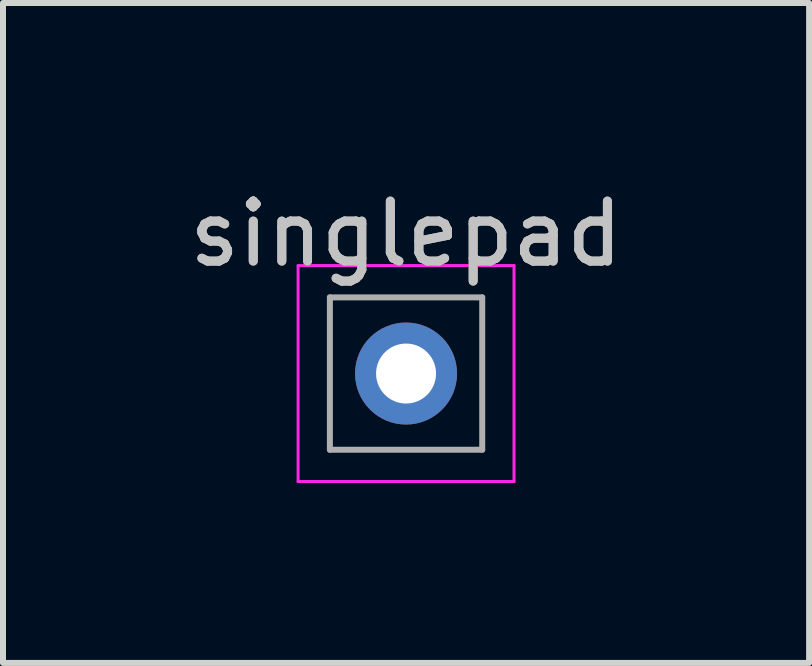
<source format=kicad_pcb>
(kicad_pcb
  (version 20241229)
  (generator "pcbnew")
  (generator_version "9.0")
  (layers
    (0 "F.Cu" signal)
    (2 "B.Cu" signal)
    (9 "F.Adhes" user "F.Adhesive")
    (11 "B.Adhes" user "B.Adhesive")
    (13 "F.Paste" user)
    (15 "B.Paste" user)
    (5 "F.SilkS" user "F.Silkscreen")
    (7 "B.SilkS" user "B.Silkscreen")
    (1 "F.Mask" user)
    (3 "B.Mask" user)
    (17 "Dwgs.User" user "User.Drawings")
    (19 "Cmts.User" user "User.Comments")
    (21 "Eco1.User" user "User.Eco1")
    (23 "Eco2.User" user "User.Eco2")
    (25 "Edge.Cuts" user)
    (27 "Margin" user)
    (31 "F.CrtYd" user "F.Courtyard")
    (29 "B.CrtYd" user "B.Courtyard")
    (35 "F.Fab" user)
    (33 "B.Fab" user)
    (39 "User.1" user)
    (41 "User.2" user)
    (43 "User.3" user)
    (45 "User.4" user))
  (footprint "singlepad"
    (layer "F.Cu")
    (at 3.72 3.178)
    (property "Reference" "singlepad" (at 0 -2.33 0) (layer "Dwgs.User") (effects (font (size 1 1) (thickness 0.15))))
    (attr through_hole)
    (fp_line (start -1.8 -1.8) (end -1.8 1.8) (stroke (width 0.05) (type solid)) (layer "F.CrtYd"))
    (fp_line (start -1.8 1.8) (end 1.8 1.8) (stroke (width 0.05) (type solid)) (layer "F.CrtYd"))
    (fp_line (start 1.8 -1.8) (end -1.8 -1.8) (stroke (width 0.05) (type solid)) (layer "F.CrtYd"))
    (fp_line (start 1.8 1.8) (end 1.8 -1.8) (stroke (width 0.05) (type solid)) (layer "F.CrtYd"))
    (fp_line (start -1.27 -1.27) (end -1.27 1.27) (stroke (width 0.1) (type solid)) (layer "F.Fab"))
    (fp_line (start -1.27 1.27) (end 1.27 1.27) (stroke (width 0.1) (type solid)) (layer "F.Fab"))
    (fp_line (start 1.27 -1.27) (end -1.27 -1.27) (stroke (width 0.1) (type solid)) (layer "F.Fab"))
    (fp_line (start 1.27 1.27) (end 1.27 -1.27) (stroke (width 0.1) (type solid)) (layer "F.Fab"))
    (fp_text user "${REFERENCE}" (at 0 -2.33 0) (layer "F.Fab") (effects (font (size 1 1) (thickness 0.15))))
    (pad "1" thru_hole circle (at 0 0) (size 1.7 1.7) (drill 1) (layers "*.Cu" "*.Mask")))
  (gr_rect
    (start -3 -3)
    (end 10.44 8.003)
    (stroke (width 0.1) (type default))
    (fill no)
    (layer "Edge.Cuts")))
</source>
